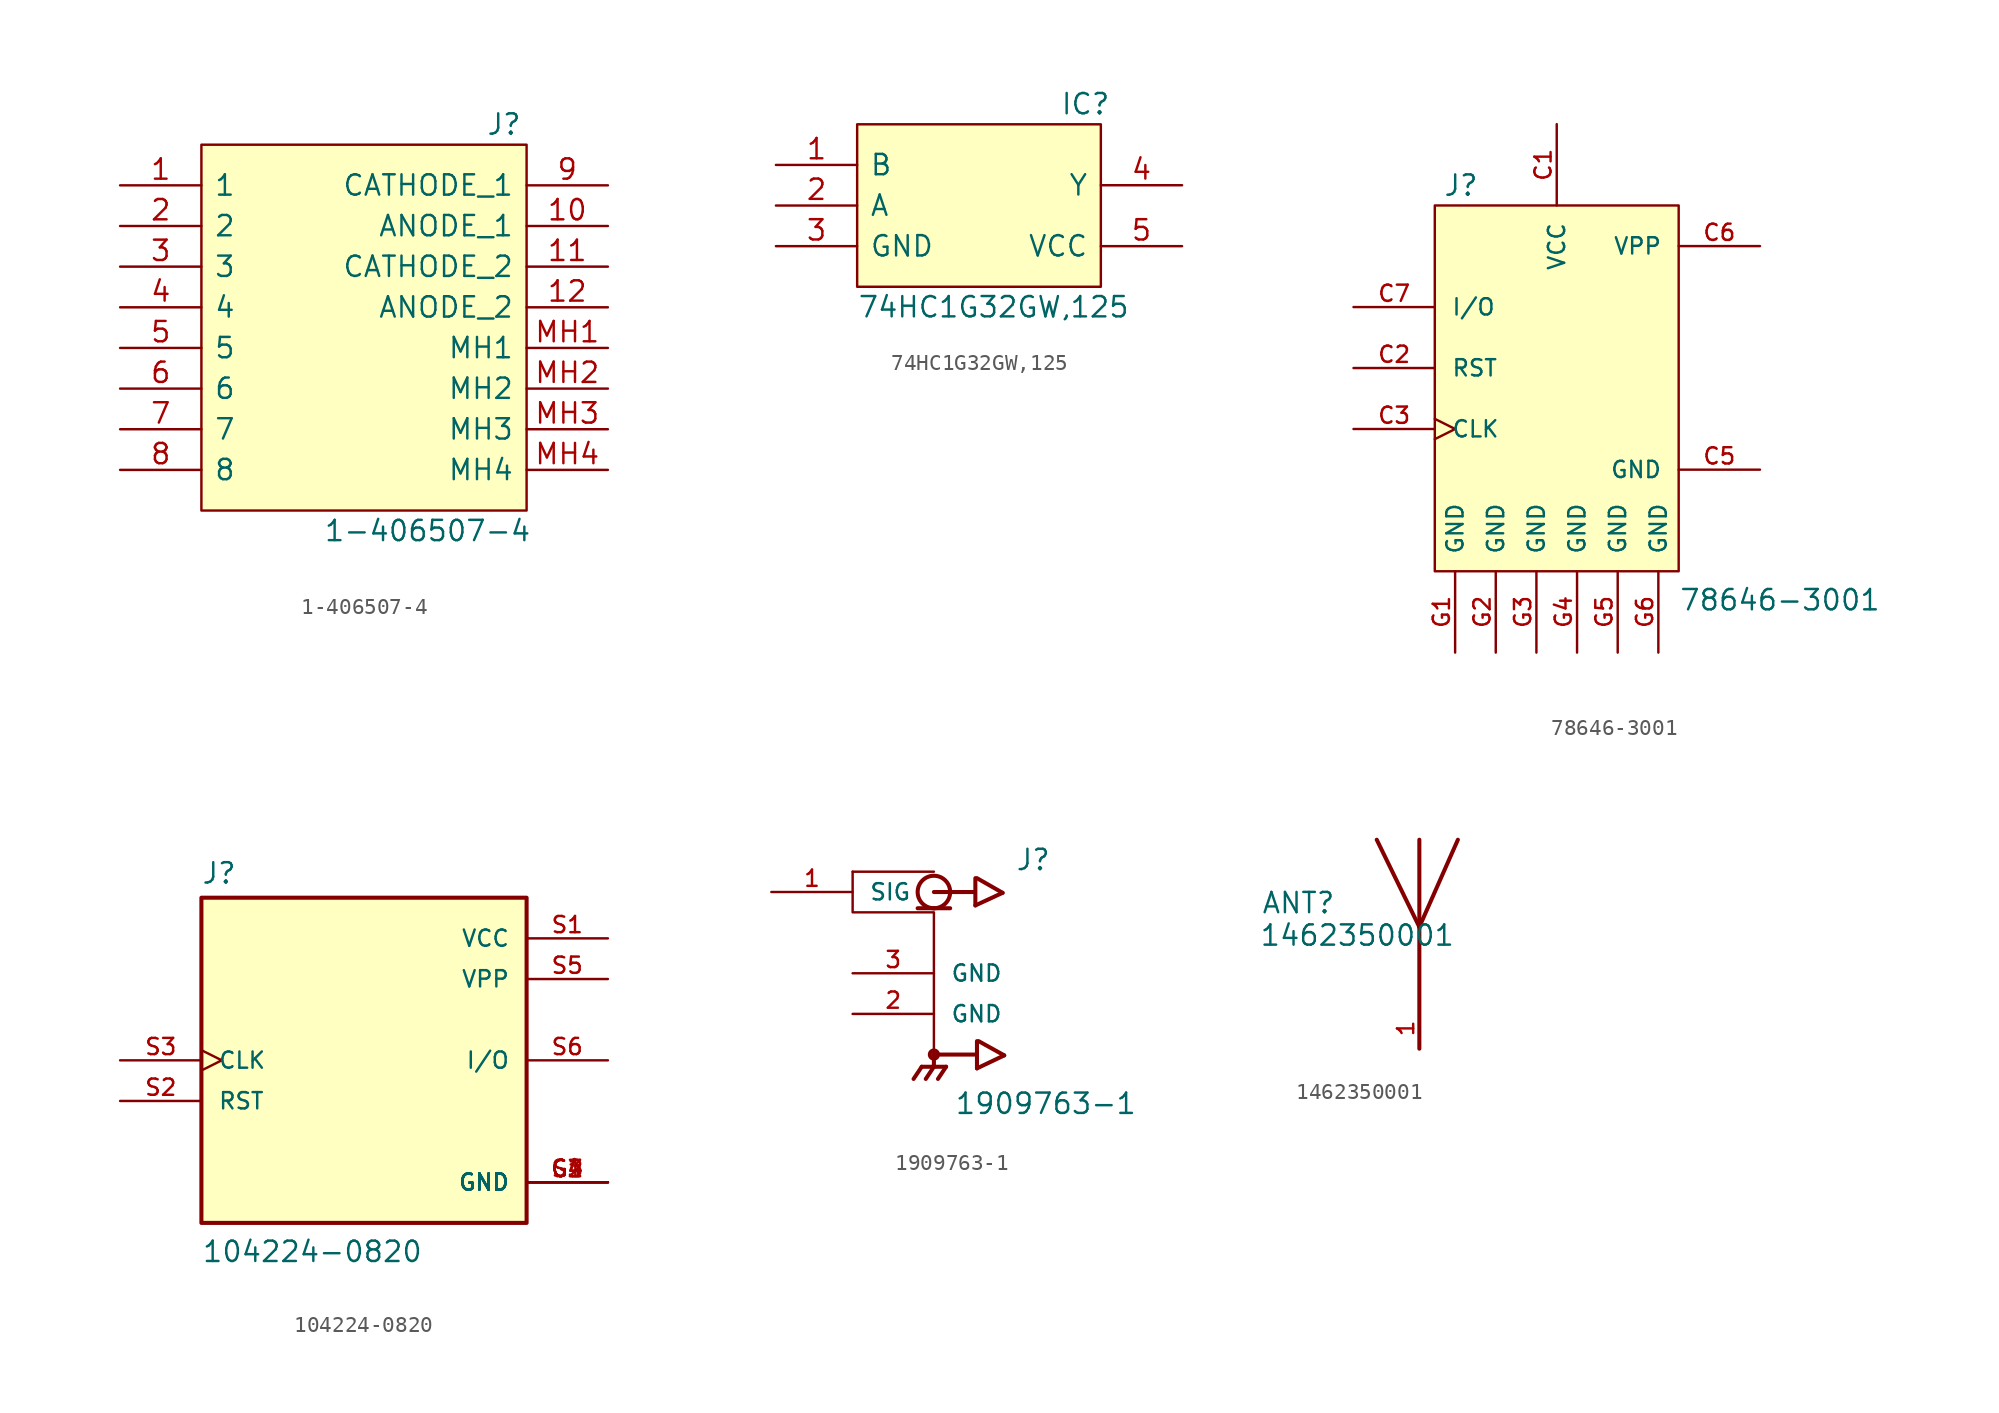
<source format=kicad_sym>
(kicad_symbol_lib
  (version 20211014)
  (generator kicad_symbol_editor)
  (symbol "1-406507-4"
    (pin_names
      (offset 0.762))
    (property "Reference" "J"
      (at 22.86 3.81 0)
      (effects (font (size 1.27 1.27)) (justify left)))
    (property "Value" "1-406507-4"
      (at 12.7 -21.59 0)
      (effects (font (size 1.27 1.27)) (justify left)))
    (symbol "1-406507-4_0_0"
      (pin unspecified line (at 0 0 0) (length 5.08) (name "1" (effects (font (size 1.27 1.27)))) (number "1" (effects (font (size 1.27 1.27)))))
      (pin unspecified line (at 30.48 -2.54 180) (length 5.08) (name "ANODE_1" (effects (font (size 1.27 1.27)))) (number "10" (effects (font (size 1.27 1.27)))))
      (pin unspecified line (at 30.48 -5.08 180) (length 5.08) (name "CATHODE_2" (effects (font (size 1.27 1.27)))) (number "11" (effects (font (size 1.27 1.27)))))
      (pin unspecified line (at 30.48 -7.62 180) (length 5.08) (name "ANODE_2" (effects (font (size 1.27 1.27)))) (number "12" (effects (font (size 1.27 1.27)))))
      (pin unspecified line (at 0 -2.54 0) (length 5.08) (name "2" (effects (font (size 1.27 1.27)))) (number "2" (effects (font (size 1.27 1.27)))))
      (pin unspecified line (at 0 -5.08 0) (length 5.08) (name "3" (effects (font (size 1.27 1.27)))) (number "3" (effects (font (size 1.27 1.27)))))
      (pin unspecified line (at 0 -7.62 0) (length 5.08) (name "4" (effects (font (size 1.27 1.27)))) (number "4" (effects (font (size 1.27 1.27)))))
      (pin unspecified line (at 0 -10.16 0) (length 5.08) (name "5" (effects (font (size 1.27 1.27)))) (number "5" (effects (font (size 1.27 1.27)))))
      (pin unspecified line (at 0 -12.7 0) (length 5.08) (name "6" (effects (font (size 1.27 1.27)))) (number "6" (effects (font (size 1.27 1.27)))))
      (pin unspecified line (at 0 -15.24 0) (length 5.08) (name "7" (effects (font (size 1.27 1.27)))) (number "7" (effects (font (size 1.27 1.27)))))
      (pin unspecified line (at 0 -17.78 0) (length 5.08) (name "8" (effects (font (size 1.27 1.27)))) (number "8" (effects (font (size 1.27 1.27)))))
      (pin unspecified line (at 30.48 0 180) (length 5.08) (name "CATHODE_1" (effects (font (size 1.27 1.27)))) (number "9" (effects (font (size 1.27 1.27)))))
      (pin unspecified line (at 30.48 -10.16 180) (length 5.08) (name "MH1" (effects (font (size 1.27 1.27)))) (number "MH1" (effects (font (size 1.27 1.27)))))
      (pin unspecified line (at 30.48 -12.7 180) (length 5.08) (name "MH2" (effects (font (size 1.27 1.27)))) (number "MH2" (effects (font (size 1.27 1.27)))))
      (pin unspecified line (at 30.48 -15.24 180) (length 5.08) (name "MH3" (effects (font (size 1.27 1.27)))) (number "MH3" (effects (font (size 1.27 1.27)))))
      (pin unspecified line (at 30.48 -17.78 180) (length 5.08) (name "MH4" (effects (font (size 1.27 1.27)))) (number "MH4" (effects (font (size 1.27 1.27))))))
    (symbol "1-406507-4_0_1"
      (polyline (pts (xy 5.08 2.54) (xy 25.4 2.54) (xy 25.4 -20.32) (xy 5.08 -20.32) (xy 5.08 2.54)) (stroke (width 0.152) (type default) (color 0 0 0 0)) (fill (type background)))))
  (symbol "74HC1G32GW,125"
    (pin_names
      (offset 0.762))
    (property "Reference" "IC"
      (at 17.78 3.81 0)
      (effects (font (size 1.27 1.27)) (justify left)))
    (property "Value" "74HC1G32GW,125"
      (at 5.08 -8.89 0)
      (effects (font (size 1.27 1.27)) (justify left)))
    (symbol "74HC1G32GW,125_0_0"
      (pin input line (at 0 0 0) (length 5.08) (name "B" (effects (font (size 1.27 1.27)))) (number "1" (effects (font (size 1.27 1.27)))))
      (pin input line (at 0 -2.54 0) (length 5.08) (name "A" (effects (font (size 1.27 1.27)))) (number "2" (effects (font (size 1.27 1.27)))))
      (pin power_out line (at 0 -5.08 0) (length 5.08) (name "GND" (effects (font (size 1.27 1.27)))) (number "3" (effects (font (size 1.27 1.27)))))
      (pin output line (at 25.4 -1.27 180) (length 5.08) (name "Y" (effects (font (size 1.27 1.27)))) (number "4" (effects (font (size 1.27 1.27)))))
      (pin power_in line (at 25.4 -5.08 180) (length 5.08) (name "VCC" (effects (font (size 1.27 1.27)))) (number "5" (effects (font (size 1.27 1.27))))))
    (symbol "74HC1G32GW,125_0_1"
      (polyline (pts (xy 5.08 2.54) (xy 20.32 2.54) (xy 20.32 -7.62) (xy 5.08 -7.62) (xy 5.08 2.54)) (stroke (width 0.152) (type default) (color 0 0 0 0)) (fill (type background)))))
  (symbol "78646-3001"
    (pin_names
      (offset 1.016))
    (property "Reference" "J"
      (at -7.112 10.668 0)
      (effects (font (size 1.27 1.27)) (justify left bottom)))
    (property "Value" "78646-3001"
      (at 7.62 -15.24 0)
      (effects (font (size 1.27 1.27)) (justify left bottom)))
    (property "ki_locked" ""
      (at 0 0 0)
      (effects (font (size 1.27 1.27))))
    (symbol "78646-3001_0_0"
      (rectangle (start -7.62 -12.7) (end 7.62 10.16) (stroke (width 0.152) (type default) (color 0 0 0 0)) (fill (type background)))
      (pin power_in line (at 0 15.24 270) (length 5.08) (name "VCC" (effects (font (size 1.016 1.016)))) (number "C1" (effects (font (size 1.016 1.016)))))
      (pin input line (at -12.7 0 0) (length 5.08) (name "RST" (effects (font (size 1.016 1.016)))) (number "C2" (effects (font (size 1.016 1.016)))))
      (pin input clock (at -12.7 -3.81 0) (length 5.08) (name "CLK" (effects (font (size 1.016 1.016)))) (number "C3" (effects (font (size 1.016 1.016)))))
      (pin power_in line (at 12.7 -6.35 180) (length 5.08) (name "GND" (effects (font (size 1.016 1.016)))) (number "C5" (effects (font (size 1.016 1.016)))))
      (pin power_in line (at 12.7 7.62 180) (length 5.08) (name "VPP" (effects (font (size 1.016 1.016)))) (number "C6" (effects (font (size 1.016 1.016)))))
      (pin bidirectional line (at -12.7 3.81 0) (length 5.08) (name "I/O" (effects (font (size 1.016 1.016)))) (number "C7" (effects (font (size 1.016 1.016)))))
      (pin power_in line (at -6.35 -17.78 90) (length 5.08) (name "GND" (effects (font (size 1.016 1.016)))) (number "G1" (effects (font (size 1.016 1.016)))))
      (pin power_in line (at -3.81 -17.78 90) (length 5.08) (name "GND" (effects (font (size 1.016 1.016)))) (number "G2" (effects (font (size 1.016 1.016)))))
      (pin power_in line (at -1.27 -17.78 90) (length 5.08) (name "GND" (effects (font (size 1.016 1.016)))) (number "G3" (effects (font (size 1.016 1.016)))))
      (pin power_in line (at 1.27 -17.78 90) (length 5.08) (name "GND" (effects (font (size 1.016 1.016)))) (number "G4" (effects (font (size 1.016 1.016)))))
      (pin power_in line (at 3.81 -17.78 90) (length 5.08) (name "GND" (effects (font (size 1.016 1.016)))) (number "G5" (effects (font (size 1.016 1.016)))))
      (pin power_in line (at 6.35 -17.78 90) (length 5.08) (name "GND" (effects (font (size 1.016 1.016)))) (number "G6" (effects (font (size 1.016 1.016)))))))
  (symbol "104224-0820"
    (pin_names
      (offset 1.016))
    (property "Reference" "J"
      (at -10.185 10.947 0)
      (effects (font (size 1.27 1.27)) (justify left bottom)))
    (property "Value" "104224-0820"
      (at -10.16 -12.7 0)
      (effects (font (size 1.27 1.27)) (justify left bottom)))
    (property "ki_locked" ""
      (at 0 0 0)
      (effects (font (size 1.27 1.27))))
    (symbol "104224-0820_0_0"
      (rectangle (start -10.16 -10.16) (end 10.16 10.16) (stroke (width 0.254) (type default) (color 0 0 0 0)) (fill (type background)))
      (pin power_in line (at 15.24 -7.62 180) (length 5.08) (name "GND" (effects (font (size 1.016 1.016)))) (number "G1" (effects (font (size 1.016 1.016)))))
      (pin power_in line (at 15.24 -7.62 180) (length 5.08) (name "GND" (effects (font (size 1.016 1.016)))) (number "G2" (effects (font (size 1.016 1.016)))))
      (pin power_in line (at 15.24 -7.62 180) (length 5.08) (name "GND" (effects (font (size 1.016 1.016)))) (number "G3" (effects (font (size 1.016 1.016)))))
      (pin power_in line (at 15.24 -7.62 180) (length 5.08) (name "GND" (effects (font (size 1.016 1.016)))) (number "G4" (effects (font (size 1.016 1.016)))))
      (pin power_in line (at 15.24 7.62 180) (length 5.08) (name "VCC" (effects (font (size 1.016 1.016)))) (number "S1" (effects (font (size 1.016 1.016)))))
      (pin input line (at -15.24 -2.54 0) (length 5.08) (name "RST" (effects (font (size 1.016 1.016)))) (number "S2" (effects (font (size 1.016 1.016)))))
      (pin input clock (at -15.24 0 0) (length 5.08) (name "CLK" (effects (font (size 1.016 1.016)))) (number "S3" (effects (font (size 1.016 1.016)))))
      (pin power_in line (at 15.24 -7.62 180) (length 5.08) (name "GND" (effects (font (size 1.016 1.016)))) (number "S4" (effects (font (size 1.016 1.016)))))
      (pin power_in line (at 15.24 5.08 180) (length 5.08) (name "VPP" (effects (font (size 1.016 1.016)))) (number "S5" (effects (font (size 1.016 1.016)))))
      (pin bidirectional line (at 15.24 0 180) (length 5.08) (name "I/O" (effects (font (size 1.016 1.016)))) (number "S6" (effects (font (size 1.016 1.016)))))))
  (symbol "1909763-1"
    (pin_names
      (offset 1.016))
    (property "Reference" "J"
      (at 5.08 3.81 0)
      (effects (font (size 1.27 1.27)) (justify left bottom)))
    (property "Value" "1909763-1"
      (at 1.27 -11.43 0)
      (effects (font (size 1.27 1.27)) (justify left bottom)))
    (property "ki_locked" ""
      (at 0 0 0)
      (effects (font (size 1.27 1.27))))
    (symbol "1909763-1_0_0"
      (circle (center 0 -7.62) (radius 0.254) (stroke (width 0.254) (type default) (color 0 0 0 0)) (fill (type none)))
      (polyline (pts (xy -1.016 1.524) (xy 0 1.524)) (stroke (width 0.254) (type default) (color 0 0 0 0)) (fill (type none)))
      (polyline (pts (xy -0.762 -8.382) (xy -1.27 -9.144)) (stroke (width 0.254) (type default) (color 0 0 0 0)) (fill (type none)))
      (polyline (pts (xy 0 -8.382) (xy -0.762 -8.382)) (stroke (width 0.254) (type default) (color 0 0 0 0)) (fill (type none)))
      (polyline (pts (xy 0 -8.382) (xy -0.508 -9.144)) (stroke (width 0.254) (type default) (color 0 0 0 0)) (fill (type none)))
      (polyline (pts (xy 0 -8.382) (xy 0.762 -8.382)) (stroke (width 0.254) (type default) (color 0 0 0 0)) (fill (type none)))
      (polyline (pts (xy 0 -7.62) (xy 0 -8.382)) (stroke (width 0.254) (type default) (color 0 0 0 0)) (fill (type none)))
      (polyline (pts (xy 0 1.524) (xy 1.016 1.524)) (stroke (width 0.254) (type default) (color 0 0 0 0)) (fill (type none)))
      (polyline (pts (xy 0.762 -8.382) (xy 0.254 -9.144)) (stroke (width 0.254) (type default) (color 0 0 0 0)) (fill (type none)))
      (polyline (pts (xy 2.54 -7.62) (xy 0 -7.62)) (stroke (width 0.254) (type default) (color 0 0 0 0)) (fill (type none)))
      (polyline (pts (xy 2.54 2.54) (xy 0 2.54)) (stroke (width 0.254) (type default) (color 0 0 0 0)) (fill (type none)))
      (polyline (pts (xy 2.591 1.702) (xy 4.293 2.489)) (stroke (width 0.254) (type default) (color 0 0 0 0)) (fill (type none)))
      (polyline (pts (xy 2.591 3.404) (xy 2.591 1.702)) (stroke (width 0.254) (type default) (color 0 0 0 0)) (fill (type none)))
      (polyline (pts (xy 2.692 -8.484) (xy 4.394 -7.671)) (stroke (width 0.254) (type default) (color 0 0 0 0)) (fill (type none)))
      (polyline (pts (xy 2.692 -6.782) (xy 2.692 -8.484)) (stroke (width 0.254) (type default) (color 0 0 0 0)) (fill (type none)))
      (polyline (pts (xy 4.293 2.489) (xy 2.692 3.404)) (stroke (width 0.254) (type default) (color 0 0 0 0)) (fill (type none)))
      (polyline (pts (xy 4.394 -7.671) (xy 2.794 -6.782)) (stroke (width 0.254) (type default) (color 0 0 0 0)) (fill (type none)))
      (circle (center 0 2.54) (radius 1.016) (stroke (width 0.254) (type default) (color 0 0 0 0)) (fill (type none)))
      (pin passive line (at -10.16 2.54 0) (length 5.08) (name "SIG" (effects (font (size 1.016 1.016)))) (number "1" (effects (font (size 1.016 1.016)))))
      (pin passive line (at -5.08 -5.08 0) (length 5.08) (name "GND" (effects (font (size 1.016 1.016)))) (number "2" (effects (font (size 1.016 1.016)))))
      (pin passive line (at -5.08 -2.54 0) (length 5.08) (name "GND" (effects (font (size 1.016 1.016)))) (number "3" (effects (font (size 1.016 1.016))))))
    (symbol "1909763-1_1_1"
      (polyline (pts (xy -5.08 3.81) (xy 0 3.81)) (stroke (width 0) (type default) (color 0 0 0 0)) (fill (type none)))
      (polyline (pts (xy -5.08 2.54) (xy -5.08 3.81) (xy -5.08 1.27) (xy 0 1.27) (xy 0 -7.62)) (stroke (width 0) (type default) (color 0 0 0 0)) (fill (type none)))))
  (symbol "1462350001"
    (pin_names
      (offset 1.016) hide)
    (property "Reference" "ANT"
      (at -9.906 3.302 0)
      (effects (font (size 1.27 1.27)) (justify left bottom)))
    (property "Value" "1462350001"
      (at -10.033 1.27 0)
      (effects (font (size 1.27 1.27)) (justify left bottom)))
    (property "ki_locked" ""
      (at 0 0 0)
      (effects (font (size 1.27 1.27))))
    (symbol "1462350001_0_0"
      (polyline (pts (xy 0 2.54) (xy -2.667 8.001)) (stroke (width 0.254) (type default) (color 0 0 0 0)) (fill (type none)))
      (polyline (pts (xy 0 2.54) (xy 0 -5.08)) (stroke (width 0.254) (type default) (color 0 0 0 0)) (fill (type none)))
      (polyline (pts (xy 0 8.001) (xy 0 2.54)) (stroke (width 0.254) (type default) (color 0 0 0 0)) (fill (type none)))
      (polyline (pts (xy 2.413 8.001) (xy 0 2.54)) (stroke (width 0.254) (type default) (color 0 0 0 0)) (fill (type none)))
      (pin input line (at 0 -5.08 90) (length 2.54) (name "~" (effects (font (size 1.016 1.016)))) (number "1" (effects (font (size 1.016 1.016))))))))
</source>
